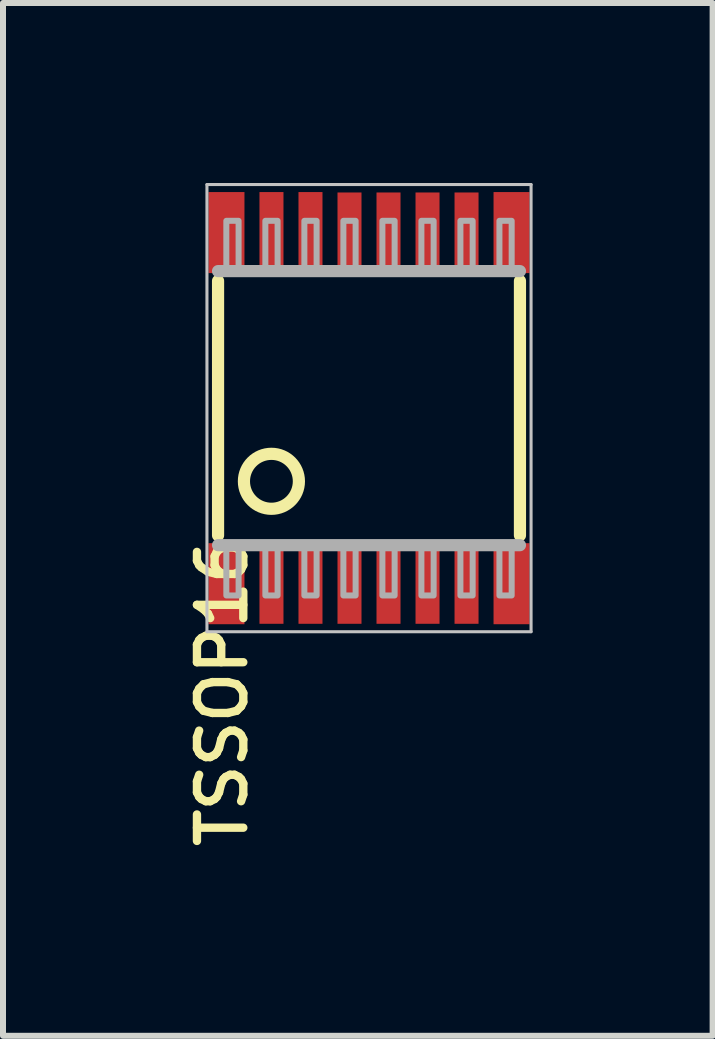
<source format=kicad_pcb>
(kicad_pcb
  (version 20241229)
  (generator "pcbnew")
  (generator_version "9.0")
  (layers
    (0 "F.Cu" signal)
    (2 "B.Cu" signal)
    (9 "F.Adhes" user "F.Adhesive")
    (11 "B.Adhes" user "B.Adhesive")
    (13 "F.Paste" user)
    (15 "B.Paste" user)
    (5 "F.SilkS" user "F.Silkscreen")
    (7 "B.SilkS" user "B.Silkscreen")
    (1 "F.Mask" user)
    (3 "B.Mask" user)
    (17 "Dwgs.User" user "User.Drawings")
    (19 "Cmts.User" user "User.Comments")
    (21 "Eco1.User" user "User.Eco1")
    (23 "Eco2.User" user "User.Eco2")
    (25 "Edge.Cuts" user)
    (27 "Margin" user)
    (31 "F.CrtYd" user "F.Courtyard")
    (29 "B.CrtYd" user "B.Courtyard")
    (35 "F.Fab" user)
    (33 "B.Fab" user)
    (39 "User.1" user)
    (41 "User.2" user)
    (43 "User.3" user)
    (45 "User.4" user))
  (footprint "TSSOP16"
    (layer "F.Cu")
    (at 3.098 3.75)
    (property "Reference" "TSSOP16" (at -2.896 2.083 270) (layer "F.SilkS") (effects (font (size 0.772 0.772) (thickness 0.139)) (justify right top)))
    (attr through_hole)
    (fp_line (start -2.515 2.12) (end -2.515 -2.12) (stroke (width 0.203) (type solid)) (layer "F.SilkS"))
    (fp_line (start 2.515 -2.12) (end 2.515 2.12) (stroke (width 0.203) (type solid)) (layer "F.SilkS"))
    (fp_circle (center -1.626 1.219) (end -1.168 1.219) (stroke (width 0.203) (type solid)) (fill no) (layer "F.SilkS"))
    (fp_line (start -2.7 3.725) (end -2.7 -3.725) (stroke (width 0.051) (type solid)) (layer "Dwgs.User"))
    (fp_line (start -2.7 3.725) (end 2.7 3.725) (stroke (width 0.051) (type solid)) (layer "Dwgs.User"))
    (fp_line (start 2.7 -3.725) (end -2.7 -3.725) (stroke (width 0.051) (type solid)) (layer "Dwgs.User"))
    (fp_line (start 2.7 -3.725) (end 2.7 3.725) (stroke (width 0.051) (type solid)) (layer "Dwgs.User"))
    (fp_line (start -2.515 2.283) (end 2.515 2.283) (stroke (width 0.203) (type solid)) (layer "F.Fab"))
    (fp_line (start 2.515 -2.283) (end -2.515 -2.283) (stroke (width 0.203) (type solid)) (layer "F.Fab"))
    (fp_poly (pts (xy -2.377 -2.283) (xy -2.173 -2.283) (xy -2.173 -3.121) (xy -2.377 -3.121)) (stroke (width 0.1) (type solid)) (fill no) (layer "F.Fab"))
    (fp_poly (pts (xy -2.377 3.121) (xy -2.173 3.121) (xy -2.173 2.283) (xy -2.377 2.283)) (stroke (width 0.1) (type solid)) (fill no) (layer "F.Fab"))
    (fp_poly (pts (xy -1.727 -2.283) (xy -1.523 -2.283) (xy -1.523 -3.121) (xy -1.727 -3.121)) (stroke (width 0.1) (type solid)) (fill no) (layer "F.Fab"))
    (fp_poly (pts (xy -1.727 3.121) (xy -1.523 3.121) (xy -1.523 2.283) (xy -1.727 2.283)) (stroke (width 0.1) (type solid)) (fill no) (layer "F.Fab"))
    (fp_poly (pts (xy -1.077 -2.283) (xy -0.873 -2.283) (xy -0.873 -3.121) (xy -1.077 -3.121)) (stroke (width 0.1) (type solid)) (fill no) (layer "F.Fab"))
    (fp_poly (pts (xy -1.077 3.121) (xy -0.873 3.121) (xy -0.873 2.283) (xy -1.077 2.283)) (stroke (width 0.1) (type solid)) (fill no) (layer "F.Fab"))
    (fp_poly (pts (xy -0.427 -2.283) (xy -0.223 -2.283) (xy -0.223 -3.121) (xy -0.427 -3.121)) (stroke (width 0.1) (type solid)) (fill no) (layer "F.Fab"))
    (fp_poly (pts (xy -0.427 3.121) (xy -0.223 3.121) (xy -0.223 2.283) (xy -0.427 2.283)) (stroke (width 0.1) (type solid)) (fill no) (layer "F.Fab"))
    (fp_poly (pts (xy 0.223 -2.283) (xy 0.427 -2.283) (xy 0.427 -3.121) (xy 0.223 -3.121)) (stroke (width 0.1) (type solid)) (fill no) (layer "F.Fab"))
    (fp_poly (pts (xy 0.223 3.121) (xy 0.427 3.121) (xy 0.427 2.283) (xy 0.223 2.283)) (stroke (width 0.1) (type solid)) (fill no) (layer "F.Fab"))
    (fp_poly (pts (xy 0.873 -2.283) (xy 1.077 -2.283) (xy 1.077 -3.121) (xy 0.873 -3.121)) (stroke (width 0.1) (type solid)) (fill no) (layer "F.Fab"))
    (fp_poly (pts (xy 0.873 3.121) (xy 1.077 3.121) (xy 1.077 2.283) (xy 0.873 2.283)) (stroke (width 0.1) (type solid)) (fill no) (layer "F.Fab"))
    (fp_poly (pts (xy 1.523 -2.283) (xy 1.727 -2.283) (xy 1.727 -3.121) (xy 1.523 -3.121)) (stroke (width 0.1) (type solid)) (fill no) (layer "F.Fab"))
    (fp_poly (pts (xy 1.523 3.121) (xy 1.727 3.121) (xy 1.727 2.283) (xy 1.523 2.283)) (stroke (width 0.1) (type solid)) (fill no) (layer "F.Fab"))
    (fp_poly (pts (xy 2.173 -2.283) (xy 2.377 -2.283) (xy 2.377 -3.121) (xy 2.173 -3.121)) (stroke (width 0.1) (type solid)) (fill no) (layer "F.Fab"))
    (fp_poly (pts (xy 2.173 3.121) (xy 2.377 3.121) (xy 2.377 2.283) (xy 2.173 2.283)) (stroke (width 0.1) (type solid)) (fill no) (layer "F.Fab"))
    (pad "1" smd rect (at -2.375 2.925) (size 0.6 1.35) (layers "F.Cu" "F.Mask" "F.Paste"))
    (pad "2" smd rect (at -1.625 2.918) (size 0.4 1.35) (layers "F.Cu" "F.Mask" "F.Paste"))
    (pad "3" smd rect (at -0.975 2.918) (size 0.4 1.35) (layers "F.Cu" "F.Mask" "F.Paste"))
    (pad "4" smd rect (at -0.325 2.918) (size 0.4 1.35) (layers "F.Cu" "F.Mask" "F.Paste"))
    (pad "5" smd rect (at 0.325 2.918) (size 0.4 1.35) (layers "F.Cu" "F.Mask" "F.Paste"))
    (pad "6" smd rect (at 0.975 2.918) (size 0.4 1.35) (layers "F.Cu" "F.Mask" "F.Paste"))
    (pad "7" smd rect (at 1.625 2.918) (size 0.4 1.35) (layers "F.Cu" "F.Mask" "F.Paste"))
    (pad "8" smd rect (at 2.375 2.925) (size 0.6 1.35) (layers "F.Cu" "F.Mask" "F.Paste"))
    (pad "9" smd rect (at 2.375 -2.925) (size 0.6 1.35) (layers "F.Cu" "F.Mask" "F.Paste"))
    (pad "10" smd rect (at 1.625 -2.918) (size 0.4 1.35) (layers "F.Cu" "F.Mask" "F.Paste"))
    (pad "11" smd rect (at 0.975 -2.918) (size 0.4 1.35) (layers "F.Cu" "F.Mask" "F.Paste"))
    (pad "12" smd rect (at 0.325 -2.918) (size 0.4 1.35) (layers "F.Cu" "F.Mask" "F.Paste"))
    (pad "13" smd rect (at -0.325 -2.918) (size 0.4 1.35) (layers "F.Cu" "F.Mask" "F.Paste"))
    (pad "14" smd rect (at -0.975 -2.925) (size 0.4 1.35) (layers "F.Cu" "F.Mask" "F.Paste"))
    (pad "15" smd rect (at -1.625 -2.925) (size 0.4 1.35) (layers "F.Cu" "F.Mask" "F.Paste"))
    (pad "16" smd rect (at -2.375 -2.925) (size 0.6 1.35) (layers "F.Cu" "F.Mask" "F.Paste")))
  (gr_rect
    (start -3 -3)
    (end 8.823 14.207)
    (stroke (width 0.1) (type default))
    (fill no)
    (layer "Edge.Cuts")))
</source>
